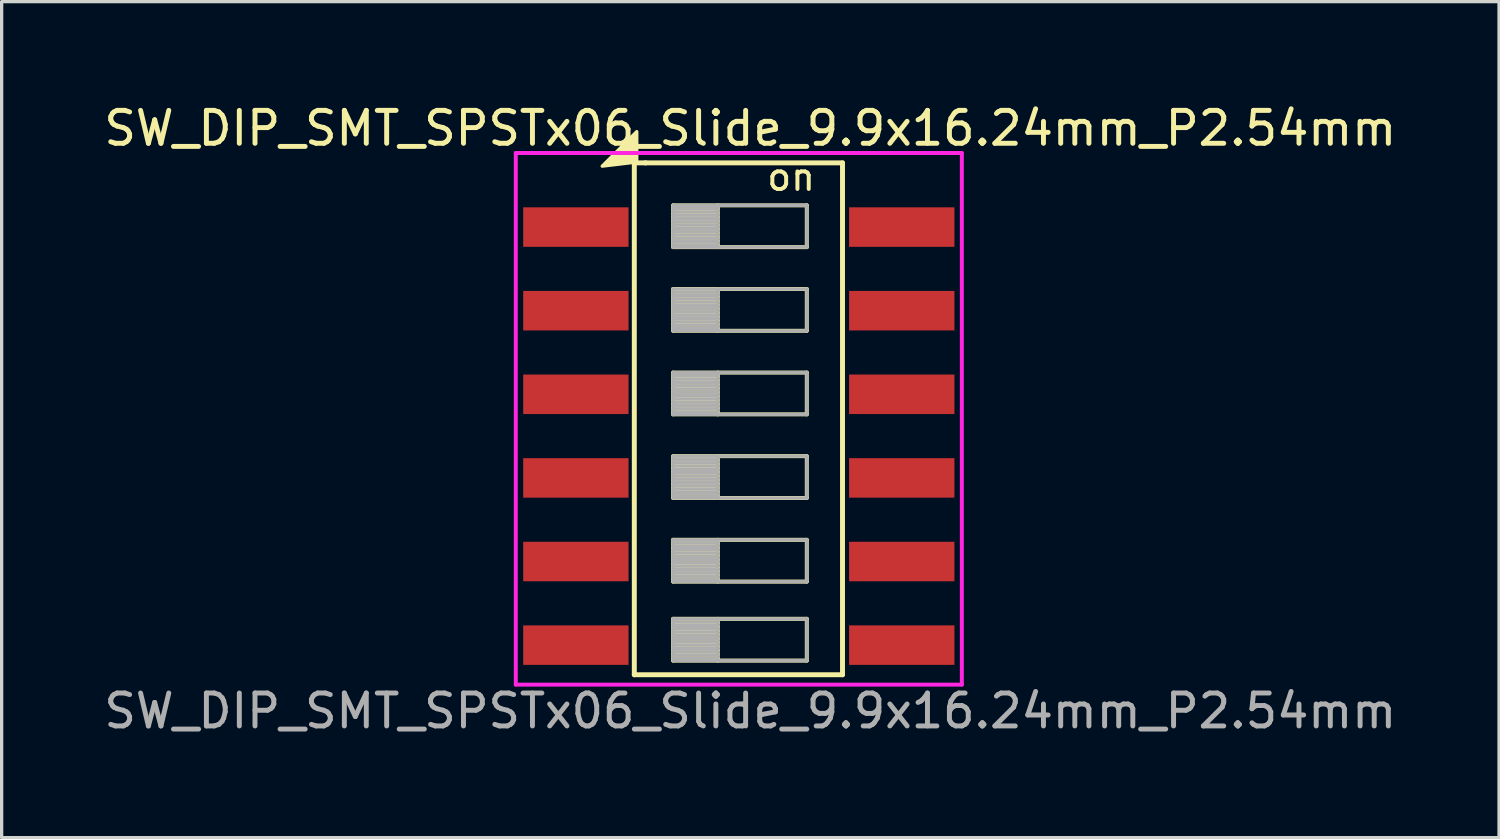
<source format=kicad_pcb>
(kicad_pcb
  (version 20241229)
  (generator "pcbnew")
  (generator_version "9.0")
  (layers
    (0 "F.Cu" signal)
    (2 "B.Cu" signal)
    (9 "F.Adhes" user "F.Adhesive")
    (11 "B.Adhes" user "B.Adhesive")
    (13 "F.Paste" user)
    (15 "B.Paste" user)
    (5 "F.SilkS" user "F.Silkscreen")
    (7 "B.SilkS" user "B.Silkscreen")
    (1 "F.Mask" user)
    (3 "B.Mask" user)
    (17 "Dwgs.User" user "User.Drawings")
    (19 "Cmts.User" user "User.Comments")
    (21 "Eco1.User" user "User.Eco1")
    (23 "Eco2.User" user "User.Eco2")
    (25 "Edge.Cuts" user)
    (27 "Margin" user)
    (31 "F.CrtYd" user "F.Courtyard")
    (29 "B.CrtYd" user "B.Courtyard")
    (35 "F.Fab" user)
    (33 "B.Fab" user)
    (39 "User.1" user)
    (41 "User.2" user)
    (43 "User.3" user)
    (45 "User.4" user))
  (footprint "SW_DIP_SMT_SPSTx06_Slide_9.9x16.24mm_P2.54mm"
    (layer "F.Cu")
    (at 19.394 10.198)
    (property "Reference" "SW_DIP_SMT_SPSTx06_Slide_9.9x16.24mm_P2.54mm" (at 0.35 -9.35 0) (layer "F.SilkS") (effects (font (size 1 1) (thickness 0.15))))
    (attr smd)
    (fp_line (start -3.175 -8.3) (end 3.15 -8.3) (stroke (width 0.15) (type solid)) (layer "F.SilkS"))
    (fp_line (start -3.175 7.25) (end -3.175 -8.3) (stroke (width 0.15) (type solid)) (layer "F.SilkS"))
    (fp_line (start -2.825 -8.3) (end -2.85 -8.3) (stroke (width 0.15) (type solid)) (layer "F.SilkS"))
    (fp_line (start -1.995 -7.01) (end -1.995 -5.74) (stroke (width 0.12) (type solid)) (layer "F.SilkS"))
    (fp_line (start -1.995 -6.89) (end -0.642 -6.89) (stroke (width 0.12) (type solid)) (layer "F.SilkS"))
    (fp_line (start -1.995 -6.77) (end -0.642 -6.77) (stroke (width 0.12) (type solid)) (layer "F.SilkS"))
    (fp_line (start -1.995 -6.65) (end -0.642 -6.65) (stroke (width 0.12) (type solid)) (layer "F.SilkS"))
    (fp_line (start -1.995 -6.53) (end -0.642 -6.53) (stroke (width 0.12) (type solid)) (layer "F.SilkS"))
    (fp_line (start -1.995 -6.41) (end -0.642 -6.41) (stroke (width 0.12) (type solid)) (layer "F.SilkS"))
    (fp_line (start -1.995 -6.29) (end -0.642 -6.29) (stroke (width 0.12) (type solid)) (layer "F.SilkS"))
    (fp_line (start -1.995 -6.17) (end -0.642 -6.17) (stroke (width 0.12) (type solid)) (layer "F.SilkS"))
    (fp_line (start -1.995 -6.05) (end -0.642 -6.05) (stroke (width 0.12) (type solid)) (layer "F.SilkS"))
    (fp_line (start -1.995 -5.93) (end -0.642 -5.93) (stroke (width 0.12) (type solid)) (layer "F.SilkS"))
    (fp_line (start -1.995 -5.81) (end -0.642 -5.81) (stroke (width 0.12) (type solid)) (layer "F.SilkS"))
    (fp_line (start -1.995 -5.74) (end 2.065 -5.74) (stroke (width 0.12) (type solid)) (layer "F.SilkS"))
    (fp_line (start -1.995 -4.47) (end -1.995 -3.2) (stroke (width 0.12) (type solid)) (layer "F.SilkS"))
    (fp_line (start -1.995 -4.35) (end -0.642 -4.35) (stroke (width 0.12) (type solid)) (layer "F.SilkS"))
    (fp_line (start -1.995 -4.23) (end -0.642 -4.23) (stroke (width 0.12) (type solid)) (layer "F.SilkS"))
    (fp_line (start -1.995 -4.11) (end -0.642 -4.11) (stroke (width 0.12) (type solid)) (layer "F.SilkS"))
    (fp_line (start -1.995 -3.99) (end -0.642 -3.99) (stroke (width 0.12) (type solid)) (layer "F.SilkS"))
    (fp_line (start -1.995 -3.87) (end -0.642 -3.87) (stroke (width 0.12) (type solid)) (layer "F.SilkS"))
    (fp_line (start -1.995 -3.75) (end -0.642 -3.75) (stroke (width 0.12) (type solid)) (layer "F.SilkS"))
    (fp_line (start -1.995 -3.63) (end -0.642 -3.63) (stroke (width 0.12) (type solid)) (layer "F.SilkS"))
    (fp_line (start -1.995 -3.51) (end -0.642 -3.51) (stroke (width 0.12) (type solid)) (layer "F.SilkS"))
    (fp_line (start -1.995 -3.39) (end -0.642 -3.39) (stroke (width 0.12) (type solid)) (layer "F.SilkS"))
    (fp_line (start -1.995 -3.27) (end -0.642 -3.27) (stroke (width 0.12) (type solid)) (layer "F.SilkS"))
    (fp_line (start -1.995 -3.2) (end 2.065 -3.2) (stroke (width 0.12) (type solid)) (layer "F.SilkS"))
    (fp_line (start -1.995 -1.93) (end -1.995 -0.66) (stroke (width 0.12) (type solid)) (layer "F.SilkS"))
    (fp_line (start -1.995 -1.81) (end -0.642 -1.81) (stroke (width 0.12) (type solid)) (layer "F.SilkS"))
    (fp_line (start -1.995 -1.69) (end -0.642 -1.69) (stroke (width 0.12) (type solid)) (layer "F.SilkS"))
    (fp_line (start -1.995 -1.57) (end -0.642 -1.57) (stroke (width 0.12) (type solid)) (layer "F.SilkS"))
    (fp_line (start -1.995 -1.45) (end -0.642 -1.45) (stroke (width 0.12) (type solid)) (layer "F.SilkS"))
    (fp_line (start -1.995 -1.33) (end -0.642 -1.33) (stroke (width 0.12) (type solid)) (layer "F.SilkS"))
    (fp_line (start -1.995 -1.21) (end -0.642 -1.21) (stroke (width 0.12) (type solid)) (layer "F.SilkS"))
    (fp_line (start -1.995 -1.09) (end -0.642 -1.09) (stroke (width 0.12) (type solid)) (layer "F.SilkS"))
    (fp_line (start -1.995 -0.97) (end -0.642 -0.97) (stroke (width 0.12) (type solid)) (layer "F.SilkS"))
    (fp_line (start -1.995 -0.85) (end -0.642 -0.85) (stroke (width 0.12) (type solid)) (layer "F.SilkS"))
    (fp_line (start -1.995 -0.73) (end -0.642 -0.73) (stroke (width 0.12) (type solid)) (layer "F.SilkS"))
    (fp_line (start -1.995 -0.66) (end 2.065 -0.66) (stroke (width 0.12) (type solid)) (layer "F.SilkS"))
    (fp_line (start -1.995 0.61) (end -1.995 1.88) (stroke (width 0.12) (type solid)) (layer "F.SilkS"))
    (fp_line (start -1.995 0.73) (end -0.642 0.73) (stroke (width 0.12) (type solid)) (layer "F.SilkS"))
    (fp_line (start -1.995 0.85) (end -0.642 0.85) (stroke (width 0.12) (type solid)) (layer "F.SilkS"))
    (fp_line (start -1.995 0.97) (end -0.642 0.97) (stroke (width 0.12) (type solid)) (layer "F.SilkS"))
    (fp_line (start -1.995 1.09) (end -0.642 1.09) (stroke (width 0.12) (type solid)) (layer "F.SilkS"))
    (fp_line (start -1.995 1.21) (end -0.642 1.21) (stroke (width 0.12) (type solid)) (layer "F.SilkS"))
    (fp_line (start -1.995 1.33) (end -0.642 1.33) (stroke (width 0.12) (type solid)) (layer "F.SilkS"))
    (fp_line (start -1.995 1.45) (end -0.642 1.45) (stroke (width 0.12) (type solid)) (layer "F.SilkS"))
    (fp_line (start -1.995 1.57) (end -0.642 1.57) (stroke (width 0.12) (type solid)) (layer "F.SilkS"))
    (fp_line (start -1.995 1.69) (end -0.642 1.69) (stroke (width 0.12) (type solid)) (layer "F.SilkS"))
    (fp_line (start -1.995 1.81) (end -0.642 1.81) (stroke (width 0.12) (type solid)) (layer "F.SilkS"))
    (fp_line (start -1.995 1.88) (end 2.065 1.88) (stroke (width 0.12) (type solid)) (layer "F.SilkS"))
    (fp_line (start -1.995 3.15) (end -1.995 4.42) (stroke (width 0.12) (type solid)) (layer "F.SilkS"))
    (fp_line (start -1.995 3.27) (end -0.642 3.27) (stroke (width 0.12) (type solid)) (layer "F.SilkS"))
    (fp_line (start -1.995 3.39) (end -0.642 3.39) (stroke (width 0.12) (type solid)) (layer "F.SilkS"))
    (fp_line (start -1.995 3.51) (end -0.642 3.51) (stroke (width 0.12) (type solid)) (layer "F.SilkS"))
    (fp_line (start -1.995 3.63) (end -0.642 3.63) (stroke (width 0.12) (type solid)) (layer "F.SilkS"))
    (fp_line (start -1.995 3.75) (end -0.642 3.75) (stroke (width 0.12) (type solid)) (layer "F.SilkS"))
    (fp_line (start -1.995 3.87) (end -0.642 3.87) (stroke (width 0.12) (type solid)) (layer "F.SilkS"))
    (fp_line (start -1.995 3.99) (end -0.642 3.99) (stroke (width 0.12) (type solid)) (layer "F.SilkS"))
    (fp_line (start -1.995 4.11) (end -0.642 4.11) (stroke (width 0.12) (type solid)) (layer "F.SilkS"))
    (fp_line (start -1.995 4.23) (end -0.642 4.23) (stroke (width 0.12) (type solid)) (layer "F.SilkS"))
    (fp_line (start -1.995 4.35) (end -0.642 4.35) (stroke (width 0.12) (type solid)) (layer "F.SilkS"))
    (fp_line (start -1.995 4.42) (end 2.065 4.42) (stroke (width 0.12) (type solid)) (layer "F.SilkS"))
    (fp_line (start -1.995 5.55) (end -1.995 6.82) (stroke (width 0.12) (type solid)) (layer "F.SilkS"))
    (fp_line (start -1.995 5.67) (end -0.642 5.67) (stroke (width 0.12) (type solid)) (layer "F.SilkS"))
    (fp_line (start -1.995 5.79) (end -0.642 5.79) (stroke (width 0.12) (type solid)) (layer "F.SilkS"))
    (fp_line (start -1.995 5.91) (end -0.642 5.91) (stroke (width 0.12) (type solid)) (layer "F.SilkS"))
    (fp_line (start -1.995 6.03) (end -0.642 6.03) (stroke (width 0.12) (type solid)) (layer "F.SilkS"))
    (fp_line (start -1.995 6.15) (end -0.642 6.15) (stroke (width 0.12) (type solid)) (layer "F.SilkS"))
    (fp_line (start -1.995 6.27) (end -0.642 6.27) (stroke (width 0.12) (type solid)) (layer "F.SilkS"))
    (fp_line (start -1.995 6.39) (end -0.642 6.39) (stroke (width 0.12) (type solid)) (layer "F.SilkS"))
    (fp_line (start -1.995 6.51) (end -0.642 6.51) (stroke (width 0.12) (type solid)) (layer "F.SilkS"))
    (fp_line (start -1.995 6.63) (end -0.642 6.63) (stroke (width 0.12) (type solid)) (layer "F.SilkS"))
    (fp_line (start -1.995 6.75) (end -0.642 6.75) (stroke (width 0.12) (type solid)) (layer "F.SilkS"))
    (fp_line (start -1.995 6.82) (end 2.065 6.82) (stroke (width 0.12) (type solid)) (layer "F.SilkS"))
    (fp_line (start -0.642 -7.01) (end -0.642 -5.74) (stroke (width 0.12) (type solid)) (layer "F.SilkS"))
    (fp_line (start -0.642 -4.47) (end -0.642 -3.2) (stroke (width 0.12) (type solid)) (layer "F.SilkS"))
    (fp_line (start -0.642 -1.93) (end -0.642 -0.66) (stroke (width 0.12) (type solid)) (layer "F.SilkS"))
    (fp_line (start -0.642 0.61) (end -0.642 1.88) (stroke (width 0.12) (type solid)) (layer "F.SilkS"))
    (fp_line (start -0.642 3.15) (end -0.642 4.42) (stroke (width 0.12) (type solid)) (layer "F.SilkS"))
    (fp_line (start -0.642 5.55) (end -0.642 6.82) (stroke (width 0.12) (type solid)) (layer "F.SilkS"))
    (fp_line (start 2.065 -7.01) (end -1.995 -7.01) (stroke (width 0.12) (type solid)) (layer "F.SilkS"))
    (fp_line (start 2.065 -5.74) (end 2.065 -7.01) (stroke (width 0.12) (type solid)) (layer "F.SilkS"))
    (fp_line (start 2.065 -4.47) (end -1.995 -4.47) (stroke (width 0.12) (type solid)) (layer "F.SilkS"))
    (fp_line (start 2.065 -3.2) (end 2.065 -4.47) (stroke (width 0.12) (type solid)) (layer "F.SilkS"))
    (fp_line (start 2.065 -1.93) (end -1.995 -1.93) (stroke (width 0.12) (type solid)) (layer "F.SilkS"))
    (fp_line (start 2.065 -0.66) (end 2.065 -1.93) (stroke (width 0.12) (type solid)) (layer "F.SilkS"))
    (fp_line (start 2.065 0.61) (end -1.995 0.61) (stroke (width 0.12) (type solid)) (layer "F.SilkS"))
    (fp_line (start 2.065 1.88) (end 2.065 0.61) (stroke (width 0.12) (type solid)) (layer "F.SilkS"))
    (fp_line (start 2.065 3.15) (end -1.995 3.15) (stroke (width 0.12) (type solid)) (layer "F.SilkS"))
    (fp_line (start 2.065 4.42) (end 2.065 3.15) (stroke (width 0.12) (type solid)) (layer "F.SilkS"))
    (fp_line (start 2.065 5.55) (end -1.995 5.55) (stroke (width 0.12) (type solid)) (layer "F.SilkS"))
    (fp_line (start 2.065 6.82) (end 2.065 5.55) (stroke (width 0.12) (type solid)) (layer "F.SilkS"))
    (fp_line (start 3.15 -8.3) (end 3.15 7.25) (stroke (width 0.15) (type solid)) (layer "F.SilkS"))
    (fp_line (start 3.15 7.25) (end -3.175 7.25) (stroke (width 0.15) (type solid)) (layer "F.SilkS"))
    (fp_poly (pts (xy -3.1 -8.325) (xy -4.15 -8.2) (xy -3.1 -9.25)) (stroke (width 0.1) (type solid)) (fill yes) (layer "F.SilkS"))
    (fp_line (start -6.775 -8.6) (end 6.775 -8.6) (stroke (width 0.12) (type solid)) (layer "F.CrtYd"))
    (fp_line (start -6.775 7.55) (end -6.775 -8.6) (stroke (width 0.12) (type solid)) (layer "F.CrtYd"))
    (fp_line (start 6.775 -8.6) (end 6.775 7.55) (stroke (width 0.12) (type solid)) (layer "F.CrtYd"))
    (fp_line (start 6.775 7.55) (end -6.775 7.55) (stroke (width 0.12) (type solid)) (layer "F.CrtYd"))
    (fp_line (start -1.995 -7.01) (end -1.995 -5.74) (stroke (width 0.1) (type solid)) (layer "F.Fab"))
    (fp_line (start -1.995 -6.91) (end -0.642 -6.91) (stroke (width 0.1) (type solid)) (layer "F.Fab"))
    (fp_line (start -1.995 -6.81) (end -0.642 -6.81) (stroke (width 0.1) (type solid)) (layer "F.Fab"))
    (fp_line (start -1.995 -6.71) (end -0.642 -6.71) (stroke (width 0.1) (type solid)) (layer "F.Fab"))
    (fp_line (start -1.995 -6.61) (end -0.642 -6.61) (stroke (width 0.1) (type solid)) (layer "F.Fab"))
    (fp_line (start -1.995 -6.51) (end -0.642 -6.51) (stroke (width 0.1) (type solid)) (layer "F.Fab"))
    (fp_line (start -1.995 -6.41) (end -0.642 -6.41) (stroke (width 0.1) (type solid)) (layer "F.Fab"))
    (fp_line (start -1.995 -6.31) (end -0.642 -6.31) (stroke (width 0.1) (type solid)) (layer "F.Fab"))
    (fp_line (start -1.995 -6.21) (end -0.642 -6.21) (stroke (width 0.1) (type solid)) (layer "F.Fab"))
    (fp_line (start -1.995 -6.11) (end -0.642 -6.11) (stroke (width 0.1) (type solid)) (layer "F.Fab"))
    (fp_line (start -1.995 -6.01) (end -0.642 -6.01) (stroke (width 0.1) (type solid)) (layer "F.Fab"))
    (fp_line (start -1.995 -5.91) (end -0.642 -5.91) (stroke (width 0.1) (type solid)) (layer "F.Fab"))
    (fp_line (start -1.995 -5.81) (end -0.642 -5.81) (stroke (width 0.1) (type solid)) (layer "F.Fab"))
    (fp_line (start -1.995 -5.74) (end 2.065 -5.74) (stroke (width 0.1) (type solid)) (layer "F.Fab"))
    (fp_line (start -1.995 -4.47) (end -1.995 -3.2) (stroke (width 0.1) (type solid)) (layer "F.Fab"))
    (fp_line (start -1.995 -4.37) (end -0.642 -4.37) (stroke (width 0.1) (type solid)) (layer "F.Fab"))
    (fp_line (start -1.995 -4.27) (end -0.642 -4.27) (stroke (width 0.1) (type solid)) (layer "F.Fab"))
    (fp_line (start -1.995 -4.17) (end -0.642 -4.17) (stroke (width 0.1) (type solid)) (layer "F.Fab"))
    (fp_line (start -1.995 -4.07) (end -0.642 -4.07) (stroke (width 0.1) (type solid)) (layer "F.Fab"))
    (fp_line (start -1.995 -3.97) (end -0.642 -3.97) (stroke (width 0.1) (type solid)) (layer "F.Fab"))
    (fp_line (start -1.995 -3.87) (end -0.642 -3.87) (stroke (width 0.1) (type solid)) (layer "F.Fab"))
    (fp_line (start -1.995 -3.77) (end -0.642 -3.77) (stroke (width 0.1) (type solid)) (layer "F.Fab"))
    (fp_line (start -1.995 -3.67) (end -0.642 -3.67) (stroke (width 0.1) (type solid)) (layer "F.Fab"))
    (fp_line (start -1.995 -3.57) (end -0.642 -3.57) (stroke (width 0.1) (type solid)) (layer "F.Fab"))
    (fp_line (start -1.995 -3.47) (end -0.642 -3.47) (stroke (width 0.1) (type solid)) (layer "F.Fab"))
    (fp_line (start -1.995 -3.37) (end -0.642 -3.37) (stroke (width 0.1) (type solid)) (layer "F.Fab"))
    (fp_line (start -1.995 -3.27) (end -0.642 -3.27) (stroke (width 0.1) (type solid)) (layer "F.Fab"))
    (fp_line (start -1.995 -3.2) (end 2.065 -3.2) (stroke (width 0.1) (type solid)) (layer "F.Fab"))
    (fp_line (start -1.995 -1.93) (end -1.995 -0.66) (stroke (width 0.1) (type solid)) (layer "F.Fab"))
    (fp_line (start -1.995 -1.83) (end -0.642 -1.83) (stroke (width 0.1) (type solid)) (layer "F.Fab"))
    (fp_line (start -1.995 -1.73) (end -0.642 -1.73) (stroke (width 0.1) (type solid)) (layer "F.Fab"))
    (fp_line (start -1.995 -1.63) (end -0.642 -1.63) (stroke (width 0.1) (type solid)) (layer "F.Fab"))
    (fp_line (start -1.995 -1.53) (end -0.642 -1.53) (stroke (width 0.1) (type solid)) (layer "F.Fab"))
    (fp_line (start -1.995 -1.43) (end -0.642 -1.43) (stroke (width 0.1) (type solid)) (layer "F.Fab"))
    (fp_line (start -1.995 -1.33) (end -0.642 -1.33) (stroke (width 0.1) (type solid)) (layer "F.Fab"))
    (fp_line (start -1.995 -1.23) (end -0.642 -1.23) (stroke (width 0.1) (type solid)) (layer "F.Fab"))
    (fp_line (start -1.995 -1.13) (end -0.642 -1.13) (stroke (width 0.1) (type solid)) (layer "F.Fab"))
    (fp_line (start -1.995 -1.03) (end -0.642 -1.03) (stroke (width 0.1) (type solid)) (layer "F.Fab"))
    (fp_line (start -1.995 -0.93) (end -0.642 -0.93) (stroke (width 0.1) (type solid)) (layer "F.Fab"))
    (fp_line (start -1.995 -0.83) (end -0.642 -0.83) (stroke (width 0.1) (type solid)) (layer "F.Fab"))
    (fp_line (start -1.995 -0.73) (end -0.642 -0.73) (stroke (width 0.1) (type solid)) (layer "F.Fab"))
    (fp_line (start -1.995 -0.66) (end 2.065 -0.66) (stroke (width 0.1) (type solid)) (layer "F.Fab"))
    (fp_line (start -1.995 0.61) (end -1.995 1.88) (stroke (width 0.1) (type solid)) (layer "F.Fab"))
    (fp_line (start -1.995 0.71) (end -0.642 0.71) (stroke (width 0.1) (type solid)) (layer "F.Fab"))
    (fp_line (start -1.995 0.81) (end -0.642 0.81) (stroke (width 0.1) (type solid)) (layer "F.Fab"))
    (fp_line (start -1.995 0.91) (end -0.642 0.91) (stroke (width 0.1) (type solid)) (layer "F.Fab"))
    (fp_line (start -1.995 1.01) (end -0.642 1.01) (stroke (width 0.1) (type solid)) (layer "F.Fab"))
    (fp_line (start -1.995 1.11) (end -0.642 1.11) (stroke (width 0.1) (type solid)) (layer "F.Fab"))
    (fp_line (start -1.995 1.21) (end -0.642 1.21) (stroke (width 0.1) (type solid)) (layer "F.Fab"))
    (fp_line (start -1.995 1.31) (end -0.642 1.31) (stroke (width 0.1) (type solid)) (layer "F.Fab"))
    (fp_line (start -1.995 1.41) (end -0.642 1.41) (stroke (width 0.1) (type solid)) (layer "F.Fab"))
    (fp_line (start -1.995 1.51) (end -0.642 1.51) (stroke (width 0.1) (type solid)) (layer "F.Fab"))
    (fp_line (start -1.995 1.61) (end -0.642 1.61) (stroke (width 0.1) (type solid)) (layer "F.Fab"))
    (fp_line (start -1.995 1.71) (end -0.642 1.71) (stroke (width 0.1) (type solid)) (layer "F.Fab"))
    (fp_line (start -1.995 1.81) (end -0.642 1.81) (stroke (width 0.1) (type solid)) (layer "F.Fab"))
    (fp_line (start -1.995 1.88) (end 2.065 1.88) (stroke (width 0.1) (type solid)) (layer "F.Fab"))
    (fp_line (start -1.995 3.15) (end -1.995 4.42) (stroke (width 0.1) (type solid)) (layer "F.Fab"))
    (fp_line (start -1.995 3.25) (end -0.642 3.25) (stroke (width 0.1) (type solid)) (layer "F.Fab"))
    (fp_line (start -1.995 3.35) (end -0.642 3.35) (stroke (width 0.1) (type solid)) (layer "F.Fab"))
    (fp_line (start -1.995 3.45) (end -0.642 3.45) (stroke (width 0.1) (type solid)) (layer "F.Fab"))
    (fp_line (start -1.995 3.55) (end -0.642 3.55) (stroke (width 0.1) (type solid)) (layer "F.Fab"))
    (fp_line (start -1.995 3.65) (end -0.642 3.65) (stroke (width 0.1) (type solid)) (layer "F.Fab"))
    (fp_line (start -1.995 3.75) (end -0.642 3.75) (stroke (width 0.1) (type solid)) (layer "F.Fab"))
    (fp_line (start -1.995 3.85) (end -0.642 3.85) (stroke (width 0.1) (type solid)) (layer "F.Fab"))
    (fp_line (start -1.995 3.95) (end -0.642 3.95) (stroke (width 0.1) (type solid)) (layer "F.Fab"))
    (fp_line (start -1.995 4.05) (end -0.642 4.05) (stroke (width 0.1) (type solid)) (layer "F.Fab"))
    (fp_line (start -1.995 4.15) (end -0.642 4.15) (stroke (width 0.1) (type solid)) (layer "F.Fab"))
    (fp_line (start -1.995 4.25) (end -0.642 4.25) (stroke (width 0.1) (type solid)) (layer "F.Fab"))
    (fp_line (start -1.995 4.35) (end -0.642 4.35) (stroke (width 0.1) (type solid)) (layer "F.Fab"))
    (fp_line (start -1.995 4.42) (end 2.065 4.42) (stroke (width 0.1) (type solid)) (layer "F.Fab"))
    (fp_line (start -1.995 5.55) (end -1.995 6.82) (stroke (width 0.1) (type solid)) (layer "F.Fab"))
    (fp_line (start -1.995 5.65) (end -0.642 5.65) (stroke (width 0.1) (type solid)) (layer "F.Fab"))
    (fp_line (start -1.995 5.75) (end -0.642 5.75) (stroke (width 0.1) (type solid)) (layer "F.Fab"))
    (fp_line (start -1.995 5.85) (end -0.642 5.85) (stroke (width 0.1) (type solid)) (layer "F.Fab"))
    (fp_line (start -1.995 5.95) (end -0.642 5.95) (stroke (width 0.1) (type solid)) (layer "F.Fab"))
    (fp_line (start -1.995 6.05) (end -0.642 6.05) (stroke (width 0.1) (type solid)) (layer "F.Fab"))
    (fp_line (start -1.995 6.15) (end -0.642 6.15) (stroke (width 0.1) (type solid)) (layer "F.Fab"))
    (fp_line (start -1.995 6.25) (end -0.642 6.25) (stroke (width 0.1) (type solid)) (layer "F.Fab"))
    (fp_line (start -1.995 6.35) (end -0.642 6.35) (stroke (width 0.1) (type solid)) (layer "F.Fab"))
    (fp_line (start -1.995 6.45) (end -0.642 6.45) (stroke (width 0.1) (type solid)) (layer "F.Fab"))
    (fp_line (start -1.995 6.55) (end -0.642 6.55) (stroke (width 0.1) (type solid)) (layer "F.Fab"))
    (fp_line (start -1.995 6.65) (end -0.642 6.65) (stroke (width 0.1) (type solid)) (layer "F.Fab"))
    (fp_line (start -1.995 6.75) (end -0.642 6.75) (stroke (width 0.1) (type solid)) (layer "F.Fab"))
    (fp_line (start -1.995 6.82) (end 2.065 6.82) (stroke (width 0.1) (type solid)) (layer "F.Fab"))
    (fp_line (start -0.642 -7.01) (end -0.642 -5.74) (stroke (width 0.1) (type solid)) (layer "F.Fab"))
    (fp_line (start -0.642 -4.47) (end -0.642 -3.2) (stroke (width 0.1) (type solid)) (layer "F.Fab"))
    (fp_line (start -0.642 -1.93) (end -0.642 -0.66) (stroke (width 0.1) (type solid)) (layer "F.Fab"))
    (fp_line (start -0.642 0.61) (end -0.642 1.88) (stroke (width 0.1) (type solid)) (layer "F.Fab"))
    (fp_line (start -0.642 3.15) (end -0.642 4.42) (stroke (width 0.1) (type solid)) (layer "F.Fab"))
    (fp_line (start -0.642 5.55) (end -0.642 6.82) (stroke (width 0.1) (type solid)) (layer "F.Fab"))
    (fp_line (start 2.065 -7.01) (end -1.995 -7.01) (stroke (width 0.1) (type solid)) (layer "F.Fab"))
    (fp_line (start 2.065 -5.74) (end 2.065 -7.01) (stroke (width 0.1) (type solid)) (layer "F.Fab"))
    (fp_line (start 2.065 -4.47) (end -1.995 -4.47) (stroke (width 0.1) (type solid)) (layer "F.Fab"))
    (fp_line (start 2.065 -3.2) (end 2.065 -4.47) (stroke (width 0.1) (type solid)) (layer "F.Fab"))
    (fp_line (start 2.065 -1.93) (end -1.995 -1.93) (stroke (width 0.1) (type solid)) (layer "F.Fab"))
    (fp_line (start 2.065 -0.66) (end 2.065 -1.93) (stroke (width 0.1) (type solid)) (layer "F.Fab"))
    (fp_line (start 2.065 0.61) (end -1.995 0.61) (stroke (width 0.1) (type solid)) (layer "F.Fab"))
    (fp_line (start 2.065 1.88) (end 2.065 0.61) (stroke (width 0.1) (type solid)) (layer "F.Fab"))
    (fp_line (start 2.065 3.15) (end -1.995 3.15) (stroke (width 0.1) (type solid)) (layer "F.Fab"))
    (fp_line (start 2.065 4.42) (end 2.065 3.15) (stroke (width 0.1) (type solid)) (layer "F.Fab"))
    (fp_line (start 2.065 5.55) (end -1.995 5.55) (stroke (width 0.1) (type solid)) (layer "F.Fab"))
    (fp_line (start 2.065 6.82) (end 2.065 5.55) (stroke (width 0.1) (type solid)) (layer "F.Fab"))
    (fp_text user "on" (at 1.59 -7.872 0) (layer "F.SilkS") (effects (font (size 0.8 0.8) (thickness 0.12))))
    (fp_text user "${REFERENCE}" (at 0.35 8.35 0) (layer "F.Fab") (effects (font (size 1 1) (thickness 0.15))))
    (pad "1" smd rect (at -4.95 -6.35) (size 3.2 1.2) (layers "F.Cu" "F.Mask" "F.Paste"))
    (pad "2" smd rect (at -4.95 -3.81) (size 3.2 1.2) (layers "F.Cu" "F.Mask" "F.Paste"))
    (pad "3" smd rect (at -4.95 -1.27) (size 3.2 1.2) (layers "F.Cu" "F.Mask" "F.Paste"))
    (pad "4" smd rect (at -4.95 1.27) (size 3.2 1.2) (layers "F.Cu" "F.Mask" "F.Paste"))
    (pad "5" smd rect (at -4.95 3.81) (size 3.2 1.2) (layers "F.Cu" "F.Mask" "F.Paste"))
    (pad "6" smd rect (at -4.95 6.35) (size 3.2 1.2) (layers "F.Cu" "F.Mask" "F.Paste"))
    (pad "7" smd rect (at 4.95 6.35) (size 3.2 1.2) (layers "F.Cu" "F.Mask" "F.Paste"))
    (pad "8" smd rect (at 4.95 3.81) (size 3.2 1.2) (layers "F.Cu" "F.Mask" "F.Paste"))
    (pad "9" smd rect (at 4.95 1.27) (size 3.2 1.2) (layers "F.Cu" "F.Mask" "F.Paste"))
    (pad "10" smd rect (at 4.95 -1.27) (size 3.2 1.2) (layers "F.Cu" "F.Mask" "F.Paste"))
    (pad "11" smd rect (at 4.95 -3.81) (size 3.2 1.2) (layers "F.Cu" "F.Mask" "F.Paste"))
    (pad "12" smd rect (at 4.95 -6.35) (size 3.2 1.2) (layers "F.Cu" "F.Mask" "F.Paste")))
  (gr_rect
    (start -3 -3)
    (end 42.488 22.396)
    (stroke (width 0.1) (type default))
    (fill no)
    (layer "Edge.Cuts")))
</source>
